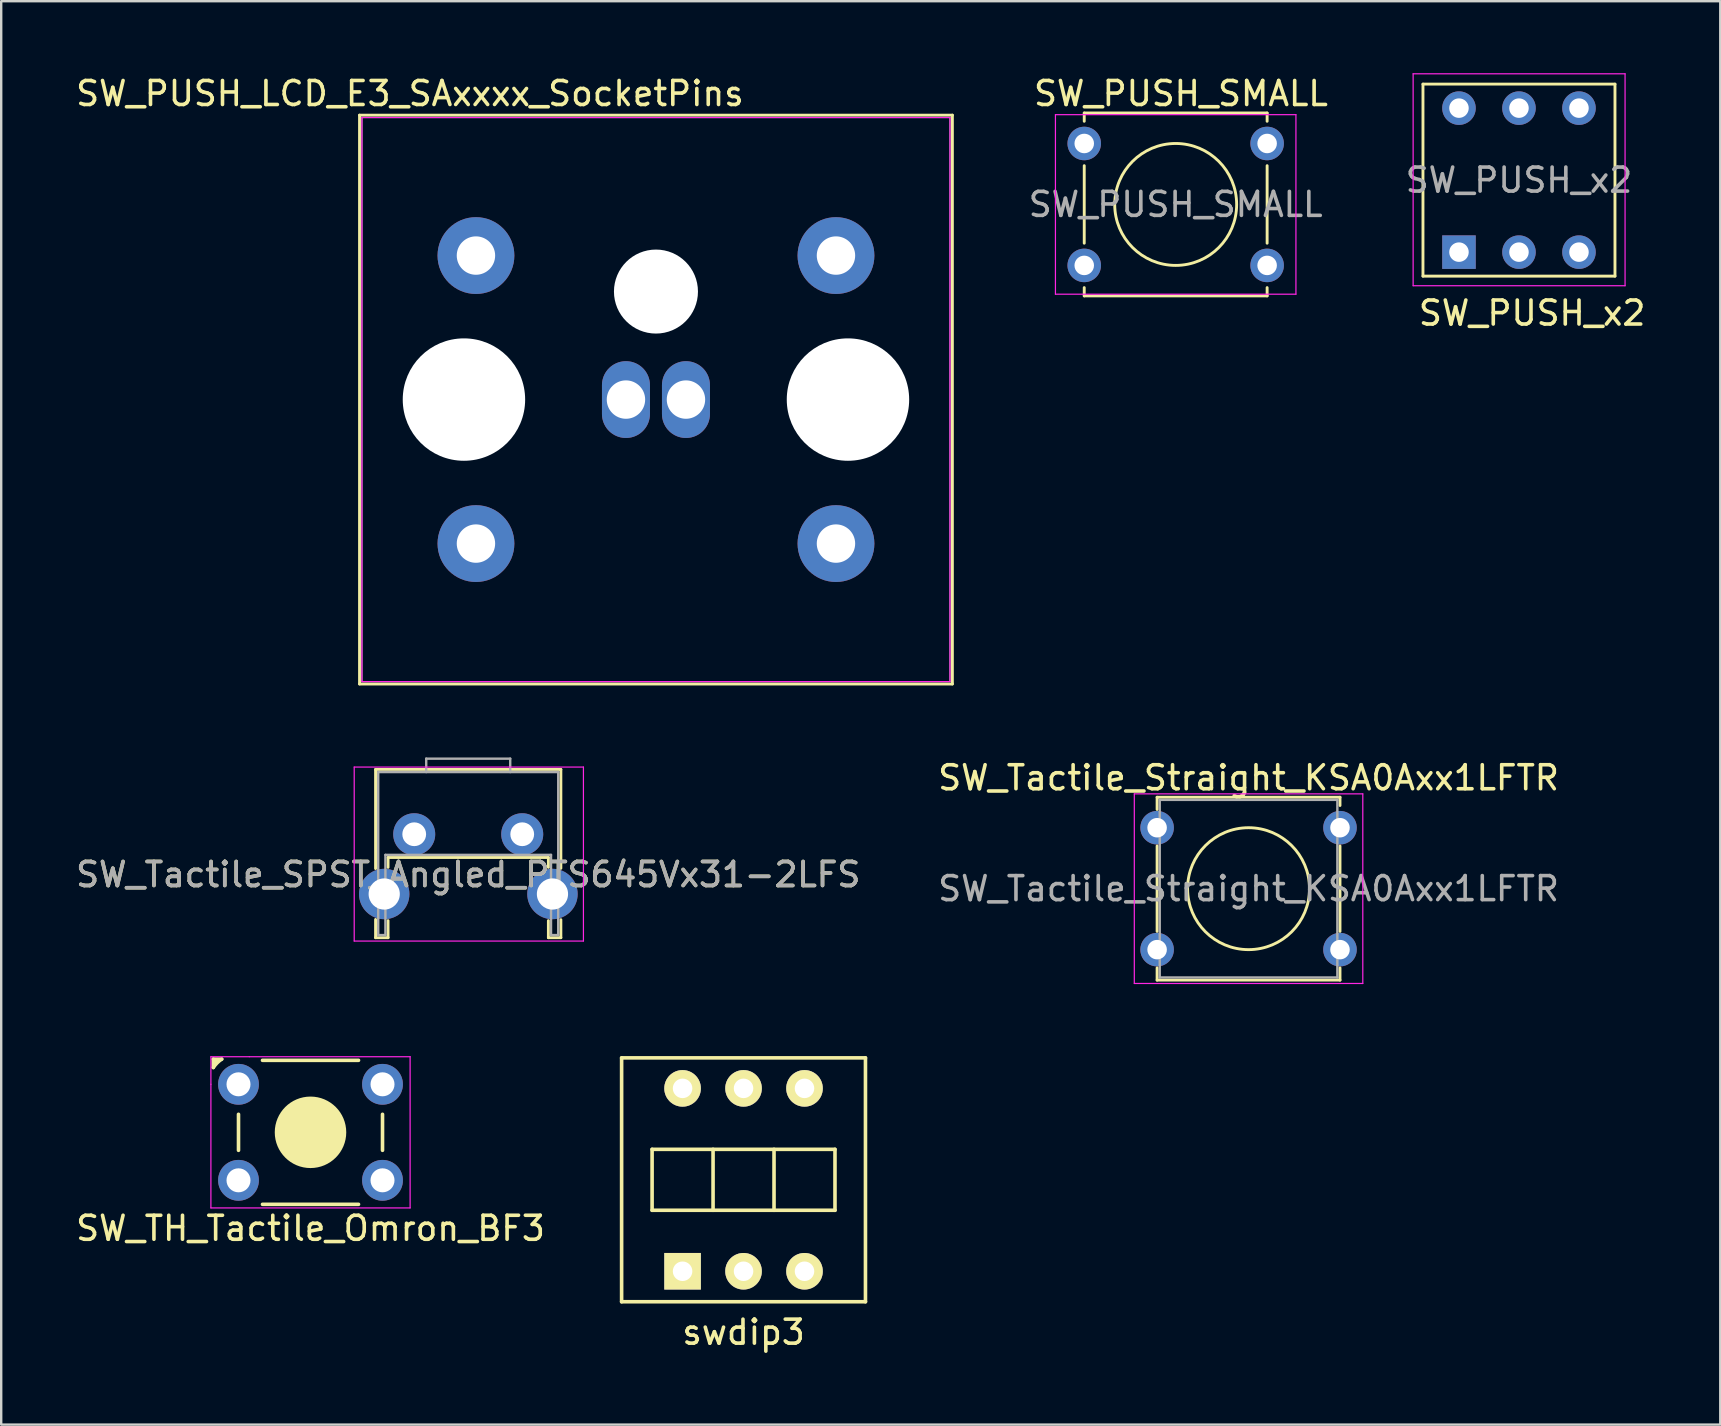
<source format=kicad_pcb>
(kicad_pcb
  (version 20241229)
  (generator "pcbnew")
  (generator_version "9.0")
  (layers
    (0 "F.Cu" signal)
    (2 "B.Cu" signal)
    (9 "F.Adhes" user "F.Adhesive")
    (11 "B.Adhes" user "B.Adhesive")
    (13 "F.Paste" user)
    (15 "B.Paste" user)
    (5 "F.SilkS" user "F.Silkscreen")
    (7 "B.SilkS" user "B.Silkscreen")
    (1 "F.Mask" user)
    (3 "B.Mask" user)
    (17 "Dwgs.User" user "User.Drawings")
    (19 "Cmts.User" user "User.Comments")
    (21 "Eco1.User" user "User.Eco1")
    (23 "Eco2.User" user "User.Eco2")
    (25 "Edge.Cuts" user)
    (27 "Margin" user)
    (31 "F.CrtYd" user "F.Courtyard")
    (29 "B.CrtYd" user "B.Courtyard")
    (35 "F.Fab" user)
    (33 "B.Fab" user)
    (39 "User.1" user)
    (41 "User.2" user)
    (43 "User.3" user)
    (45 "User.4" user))
  (footprint "SW_PUSH_SMALL"
    (layer "F.Cu")
    (at 49.744 2.928)
    (property "Reference" "SW_PUSH_SMALL" (at -3.59 -2.08 0) (layer "F.SilkS") (effects (font (size 1 1) (thickness 0.15))))
    (attr through_hole)
    (fp_line (start -7.62 -1.27) (end -7.62 -0.925) (stroke (width 0.12) (type solid)) (layer "F.SilkS"))
    (fp_line (start -7.62 -1.27) (end 0 -1.27) (stroke (width 0.12) (type solid)) (layer "F.SilkS"))
    (fp_line (start -7.62 0.925) (end -7.62 4.155) (stroke (width 0.12) (type solid)) (layer "F.SilkS"))
    (fp_line (start -7.62 6.005) (end -7.62 6.35) (stroke (width 0.12) (type solid)) (layer "F.SilkS"))
    (fp_line (start 0 -1.27) (end 0 -0.925) (stroke (width 0.12) (type solid)) (layer "F.SilkS"))
    (fp_line (start 0 0.925) (end 0 4.155) (stroke (width 0.12) (type solid)) (layer "F.SilkS"))
    (fp_line (start 0 6.005) (end 0 6.35) (stroke (width 0.12) (type solid)) (layer "F.SilkS"))
    (fp_line (start 0 6.35) (end -7.62 6.35) (stroke (width 0.12) (type solid)) (layer "F.SilkS"))
    (fp_circle (center -3.81 2.54) (end -3.81 0) (stroke (width 0.12) (type solid)) (fill no) (layer "F.SilkS"))
    (fp_line (start -8.82 -1.2) (end -8.82 6.28) (stroke (width 0.05) (type solid)) (layer "F.CrtYd"))
    (fp_line (start -8.82 -1.2) (end 1.2 -1.2) (stroke (width 0.05) (type solid)) (layer "F.CrtYd"))
    (fp_line (start 1.2 6.28) (end -8.82 6.28) (stroke (width 0.05) (type solid)) (layer "F.CrtYd"))
    (fp_line (start 1.2 6.28) (end 1.2 -1.2) (stroke (width 0.05) (type solid)) (layer "F.CrtYd"))
    (fp_text user "${REFERENCE}" (at -3.81 2.54 0) (layer "F.Fab") (effects (font (size 1 1) (thickness 0.15))))
    (pad "1" thru_hole circle (at -7.62 0) (size 1.397 1.397) (drill 0.813) (layers "*.Cu" "*.Mask"))
    (pad "1" thru_hole circle (at 0 0) (size 1.397 1.397) (drill 0.813) (layers "*.Cu" "*.Mask"))
    (pad "2" thru_hole circle (at -7.62 5.08) (size 1.397 1.397) (drill 0.813) (layers "*.Cu" "*.Mask"))
    (pad "2" thru_hole circle (at 0 5.08) (size 1.397 1.397) (drill 0.813) (layers "*.Cu" "*.Mask")))
  (footprint "SW_Tactile_Straight_KSA0Axx1LFTR"
    (layer "F.Cu")
    (at 45.16 31.436)
    (property "Reference" "SW_Tactile_Straight_KSA0Axx1LFTR" (at 3.81 -2.08 0) (layer "F.SilkS") (effects (font (size 1 1) (thickness 0.15))))
    (attr through_hole)
    (fp_line (start 0 -1.27) (end 0 -0.76) (stroke (width 0.12) (type solid)) (layer "F.SilkS"))
    (fp_line (start 0 -1.27) (end 7.62 -1.27) (stroke (width 0.12) (type solid)) (layer "F.SilkS"))
    (fp_line (start 0 0.76) (end 0 4.32) (stroke (width 0.12) (type solid)) (layer "F.SilkS"))
    (fp_line (start 0 5.84) (end 0 6.35) (stroke (width 0.12) (type solid)) (layer "F.SilkS"))
    (fp_line (start 7.62 -1.27) (end 7.62 -0.925) (stroke (width 0.12) (type solid)) (layer "F.SilkS"))
    (fp_line (start 7.62 0.76) (end 7.62 4.32) (stroke (width 0.12) (type solid)) (layer "F.SilkS"))
    (fp_line (start 7.62 5.84) (end 7.62 6.35) (stroke (width 0.12) (type solid)) (layer "F.SilkS"))
    (fp_line (start 7.62 6.35) (end 0 6.35) (stroke (width 0.12) (type solid)) (layer "F.SilkS"))
    (fp_circle (center 3.81 2.54) (end 3.81 0) (stroke (width 0.12) (type solid)) (fill no) (layer "F.SilkS"))
    (fp_line (start -0.95 -1.41) (end -0.95 6.49) (stroke (width 0.05) (type solid)) (layer "F.CrtYd"))
    (fp_line (start -0.95 -1.41) (end 8.57 -1.41) (stroke (width 0.05) (type solid)) (layer "F.CrtYd"))
    (fp_line (start 8.57 6.49) (end -0.95 6.49) (stroke (width 0.05) (type solid)) (layer "F.CrtYd"))
    (fp_line (start 8.57 6.49) (end 8.57 -1.41) (stroke (width 0.05) (type solid)) (layer "F.CrtYd"))
    (fp_line (start 0.11 -1.16) (end 7.51 -1.16) (stroke (width 0.1) (type solid)) (layer "F.Fab"))
    (fp_line (start 0.11 6.24) (end 0.11 -1.16) (stroke (width 0.1) (type solid)) (layer "F.Fab"))
    (fp_line (start 7.51 -1.16) (end 7.51 6.24) (stroke (width 0.1) (type solid)) (layer "F.Fab"))
    (fp_line (start 7.51 6.24) (end 0.11 6.24) (stroke (width 0.1) (type solid)) (layer "F.Fab"))
    (fp_text user "${REFERENCE}" (at 3.81 2.54 0) (layer "F.Fab") (effects (font (size 1 1) (thickness 0.15))))
    (pad "1" thru_hole circle (at 0 0) (size 1.397 1.397) (drill 0.813) (layers "*.Cu" "*.Mask"))
    (pad "1" thru_hole circle (at 7.62 0) (size 1.397 1.397) (drill 0.813) (layers "*.Cu" "*.Mask"))
    (pad "2" thru_hole circle (at 0 5.08) (size 1.397 1.397) (drill 0.813) (layers "*.Cu" "*.Mask"))
    (pad "2" thru_hole circle (at 7.62 5.08) (size 1.397 1.397) (drill 0.813) (layers "*.Cu" "*.Mask")))
  (footprint "SW_Tactile_SPST_Angled_PTS645Vx31-2LFS"
    (layer "F.Cu")
    (at 14.208 31.708)
    (property "Reference" "SW_Tactile_SPST_Angled_PTS645Vx31-2LFS" (at 2.25 1.68 0) (layer "F.SilkS") (effects (font (size 1 1) (thickness 0.15))))
    (attr through_hole)
    (fp_line (start -1.61 -2.7) (end -1.61 1.43) (stroke (width 0.12) (type solid)) (layer "F.SilkS"))
    (fp_line (start -1.61 -2.7) (end 6.11 -2.7) (stroke (width 0.12) (type solid)) (layer "F.SilkS"))
    (fp_line (start -1.61 3.55) (end -1.61 4.31) (stroke (width 0.12) (type solid)) (layer "F.SilkS"))
    (fp_line (start -1.61 4.31) (end -1.09 4.31) (stroke (width 0.12) (type solid)) (layer "F.SilkS"))
    (fp_line (start -1.09 3.6) (end -1.09 4.31) (stroke (width 0.12) (type solid)) (layer "F.SilkS"))
    (fp_line (start -1.09 0.97) (end -1.09 1.38) (stroke (width 0.12) (type solid)) (layer "F.SilkS"))
    (fp_line (start -1.09 0.97) (end 5.59 0.97) (stroke (width 0.12) (type solid)) (layer "F.SilkS"))
    (fp_line (start 5.59 0.97) (end 5.59 1.38) (stroke (width 0.12) (type solid)) (layer "F.SilkS"))
    (fp_line (start 5.59 3.6) (end 5.59 4.31) (stroke (width 0.12) (type solid)) (layer "F.SilkS"))
    (fp_line (start 5.59 4.31) (end 6.11 4.31) (stroke (width 0.12) (type solid)) (layer "F.SilkS"))
    (fp_line (start 6.11 -2.7) (end 6.11 1.42) (stroke (width 0.12) (type solid)) (layer "F.SilkS"))
    (fp_line (start 6.11 3.56) (end 6.11 4.31) (stroke (width 0.12) (type solid)) (layer "F.SilkS"))
    (fp_line (start -2.5 -2.8) (end 7.05 -2.8) (stroke (width 0.05) (type solid)) (layer "F.CrtYd"))
    (fp_line (start -2.5 4.45) (end -2.5 -2.8) (stroke (width 0.05) (type solid)) (layer "F.CrtYd"))
    (fp_line (start 7.05 -2.8) (end 7.05 4.45) (stroke (width 0.05) (type solid)) (layer "F.CrtYd"))
    (fp_line (start 7.05 4.45) (end -2.5 4.45) (stroke (width 0.05) (type solid)) (layer "F.CrtYd"))
    (fp_line (start -1.5 -2.59) (end 6 -2.59) (stroke (width 0.1) (type solid)) (layer "F.Fab"))
    (fp_line (start -1.5 4.2) (end -1.5 -2.59) (stroke (width 0.1) (type solid)) (layer "F.Fab"))
    (fp_line (start -1.5 4.2) (end -1.2 4.2) (stroke (width 0.1) (type solid)) (layer "F.Fab"))
    (fp_line (start -1.2 0.86) (end 5.7 0.86) (stroke (width 0.1) (type solid)) (layer "F.Fab"))
    (fp_line (start -1.2 4.2) (end -1.2 0.86) (stroke (width 0.1) (type solid)) (layer "F.Fab"))
    (fp_line (start 0.5 -3.15) (end 0.5 -2.59) (stroke (width 0.1) (type solid)) (layer "F.Fab"))
    (fp_line (start 0.5 -3.15) (end 4 -3.15) (stroke (width 0.1) (type solid)) (layer "F.Fab"))
    (fp_line (start 4 -3.15) (end 4 -2.59) (stroke (width 0.1) (type solid)) (layer "F.Fab"))
    (fp_line (start 5.7 4.2) (end 5.7 0.86) (stroke (width 0.1) (type solid)) (layer "F.Fab"))
    (fp_line (start 5.7 4.2) (end 6 4.2) (stroke (width 0.1) (type solid)) (layer "F.Fab"))
    (fp_line (start 6 4.2) (end 6 -2.59) (stroke (width 0.1) (type solid)) (layer "F.Fab"))
    (fp_text user "${REFERENCE}" (at 2.25 1.68 0) (layer "F.Fab") (effects (font (size 1 1) (thickness 0.15))))
    (pad "" thru_hole circle (at -1.25 2.49) (size 2.1 2.1) (drill 1.3) (layers "*.Cu" "*.Mask"))
    (pad "" thru_hole circle (at 5.76 2.49) (size 2.1 2.1) (drill 1.3) (layers "*.Cu" "*.Mask"))
    (pad "1" thru_hole circle (at 0 0) (size 1.75 1.75) (drill 0.99) (layers "*.Cu" "*.Mask"))
    (pad "2" thru_hole circle (at 4.5 0) (size 1.75 1.75) (drill 0.99) (layers "*.Cu" "*.Mask")))
  (footprint "SW_TH_Tactile_Omron_BF3"
    (layer "F.Cu")
    (at 6.887 42.127)
    (property "Reference" "SW_TH_Tactile_Omron_BF3" (at 3 6 0) (layer "F.SilkS") (effects (font (size 1 1) (thickness 0.15))))
    (attr through_hole)
    (fp_line (start -1.05 -1.05) (end -1.05 -0.7) (stroke (width 0.15) (type solid)) (layer "F.SilkS"))
    (fp_line (start -1.05 -1.05) (end -0.7 -1.05) (stroke (width 0.15) (type solid)) (layer "F.SilkS"))
    (fp_line (start -0.95 -1) (end -0.95 -0.9) (stroke (width 0.15) (type solid)) (layer "F.SilkS"))
    (fp_line (start 0 2) (end 0 2) (stroke (width 0.1) (type solid)) (layer "F.SilkS"))
    (fp_line (start 0 2.75) (end 0 1.25) (stroke (width 0.15) (type solid)) (layer "F.SilkS"))
    (fp_line (start 1 -1) (end 5 -1) (stroke (width 0.15) (type solid)) (layer "F.SilkS"))
    (fp_line (start 1 5) (end 5 5) (stroke (width 0.15) (type solid)) (layer "F.SilkS"))
    (fp_line (start 5 -1) (end 1 -1) (stroke (width 0.1) (type solid)) (layer "F.SilkS"))
    (fp_line (start 5 5) (end 1 5) (stroke (width 0.1) (type solid)) (layer "F.SilkS"))
    (fp_line (start 6 1.25) (end 6 2.75) (stroke (width 0.15) (type solid)) (layer "F.SilkS"))
    (fp_line (start 6 2) (end 6 2) (stroke (width 0.1) (type solid)) (layer "F.SilkS"))
    (fp_arc (start -1.05 -0.7) (mid -0.892328 -0.892328) (end -0.7 -1.05) (stroke (width 0.15) (type solid)) (layer "F.SilkS"))
    (fp_circle (center 3 2) (end 4 3) (stroke (width 0) (type solid)) (fill yes) (layer "F.SilkS"))
    (fp_circle (center 3 2) (end 4 3) (stroke (width 0.15) (type solid)) (fill no) (layer "F.SilkS"))
    (fp_line (start -1.15 -1.15) (end 0.45 -1.15) (stroke (width 0.05) (type solid)) (layer "F.CrtYd"))
    (fp_line (start -1.15 0) (end -1.15 -1.15) (stroke (width 0.05) (type solid)) (layer "F.CrtYd"))
    (fp_line (start -1.15 0) (end -1.15 5.15) (stroke (width 0.05) (type solid)) (layer "F.CrtYd"))
    (fp_line (start -1.15 5.15) (end 7.15 5.15) (stroke (width 0.05) (type solid)) (layer "F.CrtYd"))
    (fp_line (start 7.15 -1.15) (end 0.45 -1.15) (stroke (width 0.05) (type solid)) (layer "F.CrtYd"))
    (fp_line (start 7.15 5.15) (end 7.15 -1.15) (stroke (width 0.05) (type solid)) (layer "F.CrtYd"))
    (pad "1" thru_hole circle (at 0 0) (size 1.7 1.7) (drill 1) (layers "*.Cu" "*.Mask"))
    (pad "2" thru_hole circle (at 6 0) (size 1.7 1.7) (drill 1) (layers "*.Cu" "*.Mask"))
    (pad "3" thru_hole circle (at 0 4) (size 1.7 1.7) (drill 1) (layers "*.Cu" "*.Mask"))
    (pad "4" thru_hole circle (at 6 4) (size 1.7 1.7) (drill 1) (layers "*.Cu" "*.Mask")))
  (footprint "SW_PUSH_x2"
    (layer "F.Cu")
    (at 57.737 7.455)
    (property "Reference" "SW_PUSH_x2" (at 3.048 2.54 0) (layer "F.SilkS") (effects (font (size 1 1) (thickness 0.15))))
    (attr through_hole)
    (fp_line (start -1.5 -7) (end -1.5 1) (stroke (width 0.12) (type solid)) (layer "F.SilkS"))
    (fp_line (start -1.5 1) (end 6.5 1) (stroke (width 0.12) (type solid)) (layer "F.SilkS"))
    (fp_line (start 6.5 -7) (end -1.5 -7) (stroke (width 0.12) (type solid)) (layer "F.SilkS"))
    (fp_line (start 6.5 1) (end 6.5 -7) (stroke (width 0.12) (type solid)) (layer "F.SilkS"))
    (fp_line (start -1.91 -7.43) (end -1.91 1.4) (stroke (width 0.05) (type solid)) (layer "F.CrtYd"))
    (fp_line (start -1.91 -7.43) (end 6.92 -7.43) (stroke (width 0.05) (type solid)) (layer "F.CrtYd"))
    (fp_line (start -1.91 1.4) (end 6.92 1.4) (stroke (width 0.05) (type solid)) (layer "F.CrtYd"))
    (fp_line (start 6.92 -7.43) (end 6.92 1.4) (stroke (width 0.05) (type solid)) (layer "F.CrtYd"))
    (fp_text user "${REFERENCE}" (at 2.5 -3 0) (layer "F.Fab") (effects (font (size 1 1) (thickness 0.15))))
    (pad "1" thru_hole rect (at 0 0) (size 1.397 1.397) (drill 0.813) (layers "*.Cu" "*.Mask"))
    (pad "2" thru_hole circle (at 2.5 0) (size 1.397 1.397) (drill 0.813) (layers "*.Cu" "*.Mask"))
    (pad "3" thru_hole circle (at 5 0) (size 1.397 1.397) (drill 0.813) (layers "*.Cu" "*.Mask"))
    (pad "4" thru_hole circle (at 5 -6) (size 1.397 1.397) (drill 0.813) (layers "*.Cu" "*.Mask"))
    (pad "5" thru_hole circle (at 2.5 -6) (size 1.397 1.397) (drill 0.813) (layers "*.Cu" "*.Mask"))
    (pad "6" thru_hole circle (at 0 -6) (size 1.397 1.397) (drill 0.813) (layers "*.Cu" "*.Mask")))
  (footprint "swdip3"
    (layer "F.Cu")
    (at 27.929 46.106)
    (property "Reference" "swdip3" (at 0 6.35 0) (layer "F.SilkS") (effects (font (size 1 1) (thickness 0.15))))
    (attr through_hole)
    (fp_line (start -5.08 -5.08) (end 5.08 -5.08) (stroke (width 0.15) (type solid)) (layer "F.SilkS"))
    (fp_line (start -5.08 5.08) (end -5.08 -5.08) (stroke (width 0.15) (type solid)) (layer "F.SilkS"))
    (fp_line (start -3.81 -1.27) (end 3.81 -1.27) (stroke (width 0.15) (type solid)) (layer "F.SilkS"))
    (fp_line (start -3.81 1.27) (end -3.81 -1.27) (stroke (width 0.15) (type solid)) (layer "F.SilkS"))
    (fp_line (start -1.27 -1.27) (end -1.27 1.27) (stroke (width 0.15) (type solid)) (layer "F.SilkS"))
    (fp_line (start 1.27 -1.27) (end 1.27 1.27) (stroke (width 0.15) (type solid)) (layer "F.SilkS"))
    (fp_line (start 3.81 -1.27) (end 3.81 1.27) (stroke (width 0.15) (type solid)) (layer "F.SilkS"))
    (fp_line (start 3.81 1.27) (end -3.81 1.27) (stroke (width 0.15) (type solid)) (layer "F.SilkS"))
    (fp_line (start 5.08 -5.08) (end 5.08 5.08) (stroke (width 0.15) (type solid)) (layer "F.SilkS"))
    (fp_line (start 5.08 5.08) (end -5.08 5.08) (stroke (width 0.15) (type solid)) (layer "F.SilkS"))
    (pad "1" thru_hole rect (at -2.54 3.81) (size 1.524 1.524) (drill 0.813) (layers "*.Cu" "*.Mask" "F.SilkS"))
    (pad "2" thru_hole circle (at 0 3.81) (size 1.524 1.524) (drill 0.813) (layers "*.Cu" "*.Mask" "F.SilkS"))
    (pad "3" thru_hole circle (at 2.54 3.81) (size 1.524 1.524) (drill 0.813) (layers "*.Cu" "*.Mask" "F.SilkS"))
    (pad "4" thru_hole circle (at 2.54 -3.81) (size 1.524 1.524) (drill 0.813) (layers "*.Cu" "*.Mask" "F.SilkS"))
    (pad "5" thru_hole circle (at 0 -3.81) (size 1.524 1.524) (drill 0.813) (layers "*.Cu" "*.Mask" "F.SilkS"))
    (pad "6" thru_hole circle (at -2.54 -3.81) (size 1.524 1.524) (drill 0.813) (layers "*.Cu" "*.Mask" "F.SilkS")))
  (footprint "SW_PUSH_LCD_E3_SAxxxx_SocketPins"
    (layer "F.Cu")
    (at 31.78 7.598)
    (property "Reference" "SW_PUSH_LCD_E3_SAxxxx_SocketPins" (at -17.75 -6.75 0) (layer "F.SilkS") (effects (font (size 1 1) (thickness 0.15))))
    (attr through_hole)
    (fp_line (start -19.85 -5.85) (end -19.85 17.85) (stroke (width 0.12) (type solid)) (layer "F.SilkS"))
    (fp_line (start -19.85 17.85) (end 4.85 17.85) (stroke (width 0.12) (type solid)) (layer "F.SilkS"))
    (fp_line (start 4.85 -5.85) (end -19.85 -5.85) (stroke (width 0.12) (type solid)) (layer "F.SilkS"))
    (fp_line (start 4.85 17.85) (end 4.85 -5.85) (stroke (width 0.12) (type solid)) (layer "F.SilkS"))
    (fp_line (start -19.75 -5.75) (end -19.75 17.75) (stroke (width 0.05) (type solid)) (layer "F.CrtYd"))
    (fp_line (start -19.75 17.75) (end 4.75 17.75) (stroke (width 0.05) (type solid)) (layer "F.CrtYd"))
    (fp_line (start 4.75 -5.75) (end -19.75 -5.75) (stroke (width 0.05) (type solid)) (layer "F.CrtYd"))
    (fp_line (start 4.75 17.75) (end 4.75 -5.75) (stroke (width 0.05) (type solid)) (layer "F.CrtYd"))
    (fp_line (start -19.75 -5.75) (end -19.75 17.75) (stroke (width 0.05) (type solid)) (layer "F.Fab"))
    (fp_line (start -19.75 17.75) (end 4.75 17.75) (stroke (width 0.05) (type solid)) (layer "F.Fab"))
    (fp_line (start 4.75 -5.75) (end -19.75 -5.75) (stroke (width 0.05) (type solid)) (layer "F.Fab"))
    (fp_line (start 4.75 -5.75) (end 4.75 17.75) (stroke (width 0.05) (type solid)) (layer "F.Fab"))
    (pad "" np_thru_hole circle (at -15.5 6) (size 5.1 5.1) (drill 5.1) (layers "*.Cu" "*.Mask"))
    (pad "" np_thru_hole circle (at -7.5 1.5) (size 3.5 3.5) (drill 3.5) (layers "*.Cu" "*.Mask"))
    (pad "" np_thru_hole circle (at 0.5 6) (size 5.1 5.1) (drill 5.1) (layers "*.Cu" "*.Mask"))
    (pad "1" thru_hole circle (at 0 0) (size 3.2 3.2) (drill 1.6) (layers "*.Cu" "*.Mask"))
    (pad "2" thru_hole circle (at 0 12) (size 3.2 3.2) (drill 1.6) (layers "*.Cu" "*.Mask"))
    (pad "3" thru_hole circle (at -15 0) (size 3.2 3.2) (drill 1.6) (layers "*.Cu" "*.Mask"))
    (pad "4" thru_hole circle (at -15 12) (size 3.2 3.2) (drill 1.6) (layers "*.Cu" "*.Mask"))
    (pad "5" thru_hole oval (at -8.75 6) (size 2 3.2) (drill 1.6) (layers "*.Cu" "*.Mask"))
    (pad "6" thru_hole oval (at -6.25 6) (size 2 3.2) (drill 1.6) (layers "*.Cu" "*.Mask")))
  (gr_rect
    (start -3 -3)
    (end 68.624 56.305)
    (stroke (width 0.1) (type default))
    (fill no)
    (layer "Edge.Cuts")))
</source>
